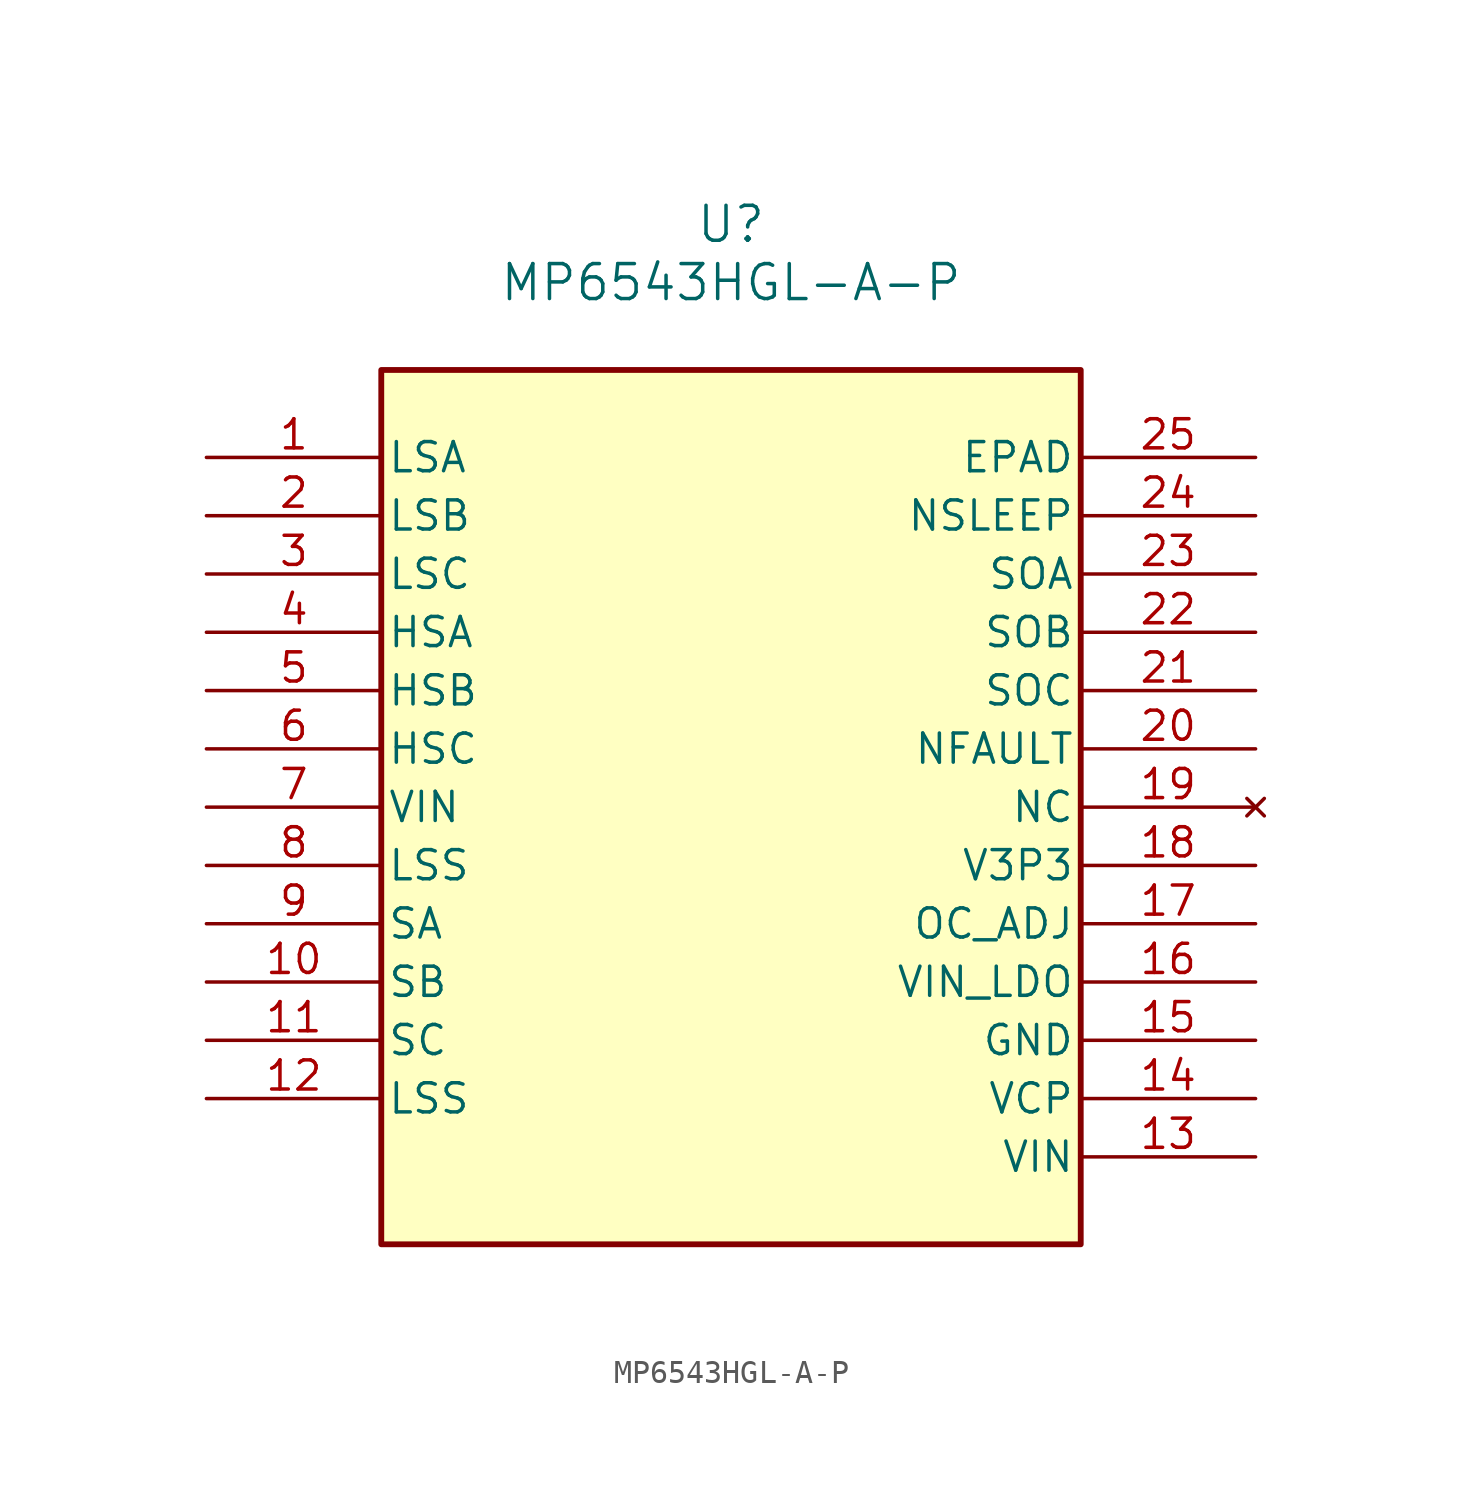
<source format=kicad_sym>
(kicad_symbol_lib
  (version 20231120)
  (generator "kicad_symbol_editor")
  (generator_version "8.0")
  (symbol "MP6543HGL-A-P"
    (pin_names
      (offset 0.254))
    (property "Reference" "U"
      (at 22.86 10.16 0)
      (effects (font (size 1.524 1.524))))
    (property "Value" "MP6543HGL-A-P"
      (at 22.86 7.62 0)
      (effects (font (size 1.524 1.524))))
    (property "ki_locked" ""
      (at 0 0 0)
      (effects (font (size 1.27 1.27))))
    (symbol "MP6543HGL-A-P_0_1"
      (rectangle (start 7.62 3.81) (end 38.1 -34.29) (stroke (width 0.254) (type default)) (fill (type background))))
    (symbol "MP6543HGL-A-P_1_1"
      (pin passive line (at 0 0 0) (length 7.62) (name "LSA" (effects (font (size 1.27 1.27)))) (number "1" (effects (font (size 1.27 1.27)))))
      (pin output line (at 0 -22.86 0) (length 7.62) (name "SB" (effects (font (size 1.27 1.27)))) (number "10" (effects (font (size 1.27 1.27)))))
      (pin output line (at 0 -25.4 0) (length 7.62) (name "SC" (effects (font (size 1.27 1.27)))) (number "11" (effects (font (size 1.27 1.27)))))
      (pin power_in line (at 0 -27.94 0) (length 7.62) (name "LSS" (effects (font (size 1.27 1.27)))) (number "12" (effects (font (size 1.27 1.27)))))
      (pin power_in line (at 45.72 -30.48 180) (length 7.62) (name "VIN" (effects (font (size 1.27 1.27)))) (number "13" (effects (font (size 1.27 1.27)))))
      (pin output line (at 45.72 -27.94 180) (length 7.62) (name "VCP" (effects (font (size 1.27 1.27)))) (number "14" (effects (font (size 1.27 1.27)))))
      (pin power_in line (at 45.72 -25.4 180) (length 7.62) (name "GND" (effects (font (size 1.27 1.27)))) (number "15" (effects (font (size 1.27 1.27)))))
      (pin input line (at 45.72 -22.86 180) (length 7.62) (name "VIN_LDO" (effects (font (size 1.27 1.27)))) (number "16" (effects (font (size 1.27 1.27)))))
      (pin unspecified line (at 45.72 -20.32 180) (length 7.62) (name "OC_ADJ" (effects (font (size 1.27 1.27)))) (number "17" (effects (font (size 1.27 1.27)))))
      (pin power_out line (at 45.72 -17.78 180) (length 7.62) (name "V3P3" (effects (font (size 1.27 1.27)))) (number "18" (effects (font (size 1.27 1.27)))))
      (pin no_connect line (at 45.72 -15.24 180) (length 7.62) (name "NC" (effects (font (size 1.27 1.27)))) (number "19" (effects (font (size 1.27 1.27)))))
      (pin passive line (at 0 -2.54 0) (length 7.62) (name "LSB" (effects (font (size 1.27 1.27)))) (number "2" (effects (font (size 1.27 1.27)))))
      (pin output line (at 45.72 -12.7 180) (length 7.62) (name "NFAULT" (effects (font (size 1.27 1.27)))) (number "20" (effects (font (size 1.27 1.27)))))
      (pin output line (at 45.72 -10.16 180) (length 7.62) (name "SOC" (effects (font (size 1.27 1.27)))) (number "21" (effects (font (size 1.27 1.27)))))
      (pin output line (at 45.72 -7.62 180) (length 7.62) (name "SOB" (effects (font (size 1.27 1.27)))) (number "22" (effects (font (size 1.27 1.27)))))
      (pin output line (at 45.72 -5.08 180) (length 7.62) (name "SOA" (effects (font (size 1.27 1.27)))) (number "23" (effects (font (size 1.27 1.27)))))
      (pin input line (at 45.72 -2.54 180) (length 7.62) (name "NSLEEP" (effects (font (size 1.27 1.27)))) (number "24" (effects (font (size 1.27 1.27)))))
      (pin passive line (at 45.72 0 180) (length 7.62) (name "EPAD" (effects (font (size 1.27 1.27)))) (number "25" (effects (font (size 1.27 1.27)))))
      (pin passive line (at 0 -5.08 0) (length 7.62) (name "LSC" (effects (font (size 1.27 1.27)))) (number "3" (effects (font (size 1.27 1.27)))))
      (pin passive line (at 0 -7.62 0) (length 7.62) (name "HSA" (effects (font (size 1.27 1.27)))) (number "4" (effects (font (size 1.27 1.27)))))
      (pin passive line (at 0 -10.16 0) (length 7.62) (name "HSB" (effects (font (size 1.27 1.27)))) (number "5" (effects (font (size 1.27 1.27)))))
      (pin passive line (at 0 -12.7 0) (length 7.62) (name "HSC" (effects (font (size 1.27 1.27)))) (number "6" (effects (font (size 1.27 1.27)))))
      (pin power_in line (at 0 -15.24 0) (length 7.62) (name "VIN" (effects (font (size 1.27 1.27)))) (number "7" (effects (font (size 1.27 1.27)))))
      (pin power_in line (at 0 -17.78 0) (length 7.62) (name "LSS" (effects (font (size 1.27 1.27)))) (number "8" (effects (font (size 1.27 1.27)))))
      (pin output line (at 0 -20.32 0) (length 7.62) (name "SA" (effects (font (size 1.27 1.27)))) (number "9" (effects (font (size 1.27 1.27))))))))
</source>
